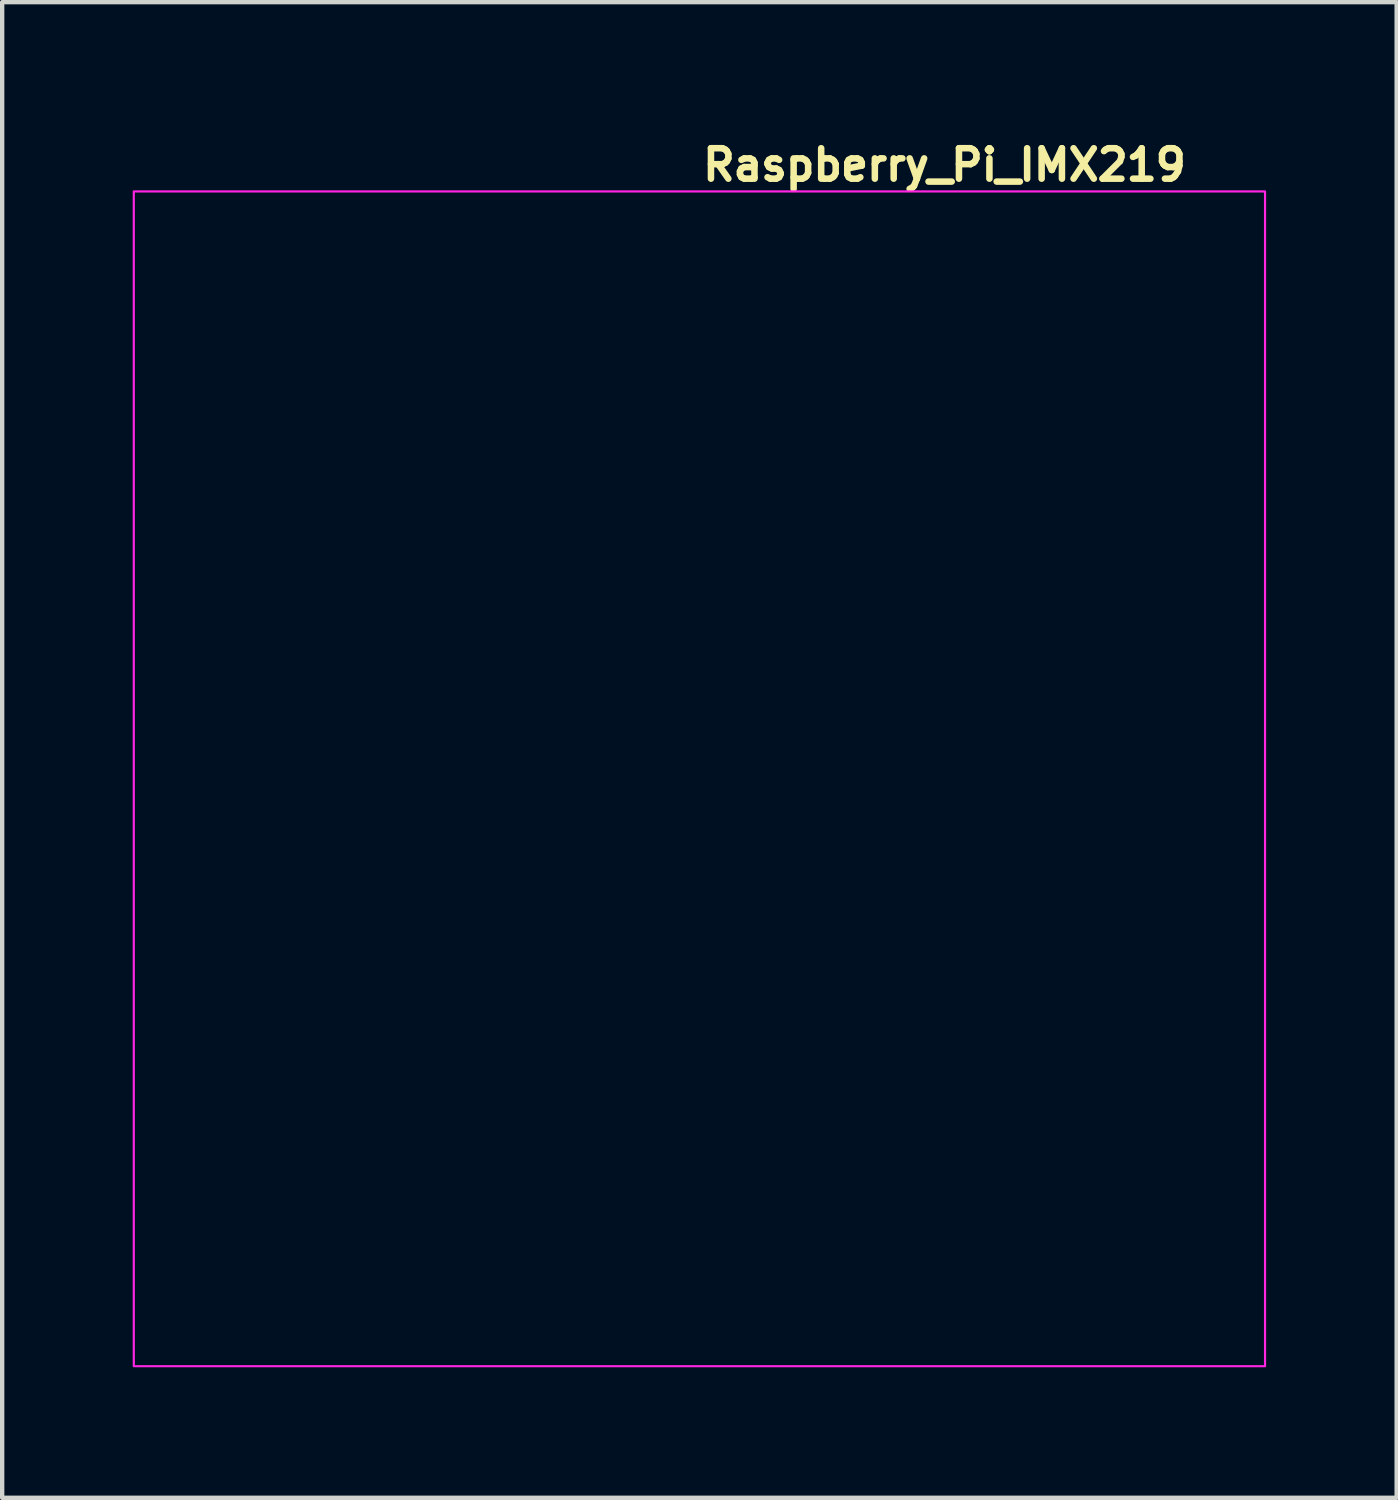
<source format=kicad_pcb>
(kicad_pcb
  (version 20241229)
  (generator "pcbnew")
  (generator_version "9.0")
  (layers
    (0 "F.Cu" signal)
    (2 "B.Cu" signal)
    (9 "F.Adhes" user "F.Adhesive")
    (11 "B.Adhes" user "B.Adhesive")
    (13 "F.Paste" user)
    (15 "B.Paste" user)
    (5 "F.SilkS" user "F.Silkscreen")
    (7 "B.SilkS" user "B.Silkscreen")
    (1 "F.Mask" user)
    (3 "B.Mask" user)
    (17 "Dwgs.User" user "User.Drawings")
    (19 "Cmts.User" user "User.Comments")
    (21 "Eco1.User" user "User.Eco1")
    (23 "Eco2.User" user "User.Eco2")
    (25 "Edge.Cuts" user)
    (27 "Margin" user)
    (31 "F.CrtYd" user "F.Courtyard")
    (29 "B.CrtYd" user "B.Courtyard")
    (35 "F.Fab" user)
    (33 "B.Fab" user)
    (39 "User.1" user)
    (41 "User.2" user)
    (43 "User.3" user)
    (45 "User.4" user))
  (footprint "Raspberry_Pi_IMX219"
    (layer "F.Cu")
    (at 13.025 14.85)
    (property "Reference" "Raspberry_Pi_IMX219" (at 0 -13.7 0) (unlocked yes) (layer "F.SilkS") (effects (font (size 0.7 0.7) (thickness 0.15)) (justify left bottom)))
    (fp_rect (start -13 -13.5) (end 13 13.5) (stroke (width 0.05) (type solid)) (fill no) (layer "F.CrtYd"))
    (fp_rect (start -12 -12.5) (end 12 12.5) (stroke (width 0.1) (type solid)) (fill no) (layer "User.5"))
    (fp_line (start -12 10.5) (end -12 -10.5) (stroke (width 0.02) (type solid)) (layer "User.9"))
    (fp_line (start -10 -12.5) (end 10 -12.5) (stroke (width 0.02) (type solid)) (layer "User.9"))
    (fp_line (start 10 12.5) (end -10 12.5) (stroke (width 0.02) (type solid)) (layer "User.9"))
    (fp_line (start 12 -10.5) (end 12 10.5) (stroke (width 0.02) (type solid)) (layer "User.9"))
    (fp_arc (start -12 -10.5) (mid -11.414 -11.914) (end -10 -12.5) (stroke (width 0.02) (type solid)) (layer "User.9"))
    (fp_arc (start -10 12.5) (mid -11.414 11.914) (end -12 10.5) (stroke (width 0.02) (type solid)) (layer "User.9"))
    (fp_arc (start 10 -12.5) (mid 11.414 -11.914) (end 12 -10.5) (stroke (width 0.02) (type solid)) (layer "User.9"))
    (fp_arc (start 12 10.5) (mid 11.414 11.914) (end 10 12.5) (stroke (width 0.02) (type solid)) (layer "User.9"))
    (fp_circle (center -2.5 -10.5) (end -1.5 -10.5) (stroke (width 0.02) (type solid)) (fill no) (layer "User.9"))
    (fp_circle (center -2.5 10.5) (end -1.5 10.5) (stroke (width 0.02) (type solid)) (fill no) (layer "User.9"))
    (fp_circle (center 10 -10.5) (end 11 -10.5) (stroke (width 0.02) (type solid)) (fill no) (layer "User.9"))
    (fp_circle (center 10 10.5) (end 11 10.5) (stroke (width 0.02) (type solid)) (fill no) (layer "User.9")))
  (gr_rect
    (start -3 -3)
    (end 29.05 31.375)
    (stroke (width 0.1) (type default))
    (fill no)
    (layer "Edge.Cuts")))
</source>
